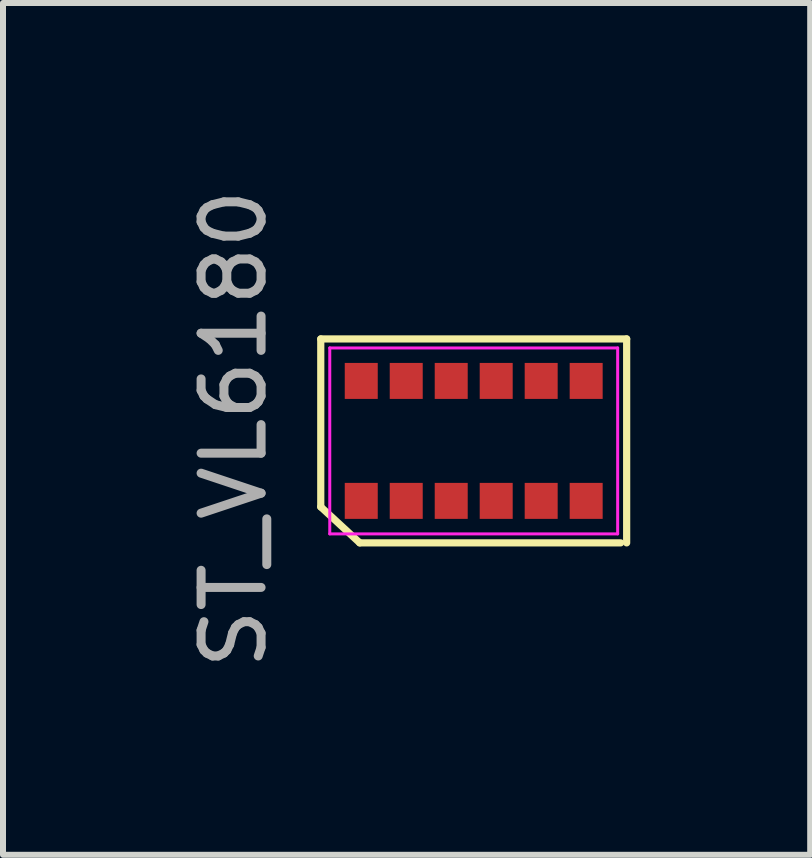
<source format=kicad_pcb>
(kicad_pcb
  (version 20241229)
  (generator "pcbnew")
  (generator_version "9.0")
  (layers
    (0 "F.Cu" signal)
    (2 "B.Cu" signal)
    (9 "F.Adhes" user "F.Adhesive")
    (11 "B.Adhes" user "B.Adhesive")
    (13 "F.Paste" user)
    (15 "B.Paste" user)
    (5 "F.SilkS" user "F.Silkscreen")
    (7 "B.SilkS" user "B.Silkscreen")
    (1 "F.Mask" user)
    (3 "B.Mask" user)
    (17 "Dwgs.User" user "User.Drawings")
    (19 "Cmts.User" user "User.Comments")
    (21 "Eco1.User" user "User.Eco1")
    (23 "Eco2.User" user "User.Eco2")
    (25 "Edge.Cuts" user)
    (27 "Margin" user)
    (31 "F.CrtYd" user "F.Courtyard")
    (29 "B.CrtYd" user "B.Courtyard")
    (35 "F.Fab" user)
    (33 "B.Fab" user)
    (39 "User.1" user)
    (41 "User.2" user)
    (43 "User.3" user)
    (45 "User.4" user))
  (footprint "ST_VL6180"
    (layer "F.Cu")
    (at 4.848 4.301)
    (property "Reference" "ST_VL6180" (at -4 -0.2 90) (layer "F.Fab") (effects (font (size 1 1) (thickness 0.15))))
    (attr through_hole)
    (fp_line (start -2.55 -1.7) (end 2.55 -1.7) (stroke (width 0.12) (type solid)) (layer "F.SilkS"))
    (fp_line (start -2.55 1.1) (end -2.55 -1.7) (stroke (width 0.12) (type solid)) (layer "F.SilkS"))
    (fp_line (start -1.9 1.7) (end -2.55 1.1) (stroke (width 0.12) (type solid)) (layer "F.SilkS"))
    (fp_line (start 2.45 1.7) (end -1.9 1.7) (stroke (width 0.12) (type solid)) (layer "F.SilkS"))
    (fp_line (start 2.55 -1.7) (end 2.55 1.7) (stroke (width 0.12) (type solid)) (layer "F.SilkS"))
    (fp_line (start -2.4 -1.55) (end 2.4 -1.55) (stroke (width 0.05) (type solid)) (layer "F.CrtYd"))
    (fp_line (start -2.4 1.55) (end -2.4 -1.55) (stroke (width 0.05) (type solid)) (layer "F.CrtYd"))
    (fp_line (start 2.4 -1.55) (end 2.4 1.55) (stroke (width 0.05) (type solid)) (layer "F.CrtYd"))
    (fp_line (start 2.4 1.55) (end -2.4 1.55) (stroke (width 0.05) (type solid)) (layer "F.CrtYd"))
    (pad "1" smd rect (at -1.875 1) (size 0.55 0.6) (layers "F.Cu" "F.Mask" "F.Paste"))
    (pad "2" smd rect (at -1.125 1) (size 0.55 0.6) (layers "F.Cu" "F.Mask" "F.Paste"))
    (pad "3" smd rect (at -0.375 1) (size 0.55 0.6) (layers "F.Cu" "F.Mask" "F.Paste"))
    (pad "4" smd rect (at 0.375 1) (size 0.55 0.6) (layers "F.Cu" "F.Mask" "F.Paste"))
    (pad "5" smd rect (at 1.125 1) (size 0.55 0.6) (layers "F.Cu" "F.Mask" "F.Paste"))
    (pad "6" smd rect (at 1.875 1) (size 0.55 0.6) (layers "F.Cu" "F.Mask" "F.Paste"))
    (pad "7" smd rect (at 1.875 -1) (size 0.55 0.6) (layers "F.Cu" "F.Mask" "F.Paste"))
    (pad "8" smd rect (at 1.125 -1) (size 0.55 0.6) (layers "F.Cu" "F.Mask" "F.Paste"))
    (pad "9" smd rect (at 0.375 -1) (size 0.55 0.6) (layers "F.Cu" "F.Mask" "F.Paste"))
    (pad "10" smd rect (at -0.375 -1) (size 0.55 0.6) (layers "F.Cu" "F.Mask" "F.Paste"))
    (pad "11" smd rect (at -1.125 -1) (size 0.55 0.6) (layers "F.Cu" "F.Mask" "F.Paste"))
    (pad "12" smd rect (at -1.875 -1) (size 0.55 0.6) (layers "F.Cu" "F.Mask" "F.Paste")))
  (gr_rect
    (start -3 -3)
    (end 10.458 11.202)
    (stroke (width 0.1) (type default))
    (fill no)
    (layer "Edge.Cuts")))
</source>
